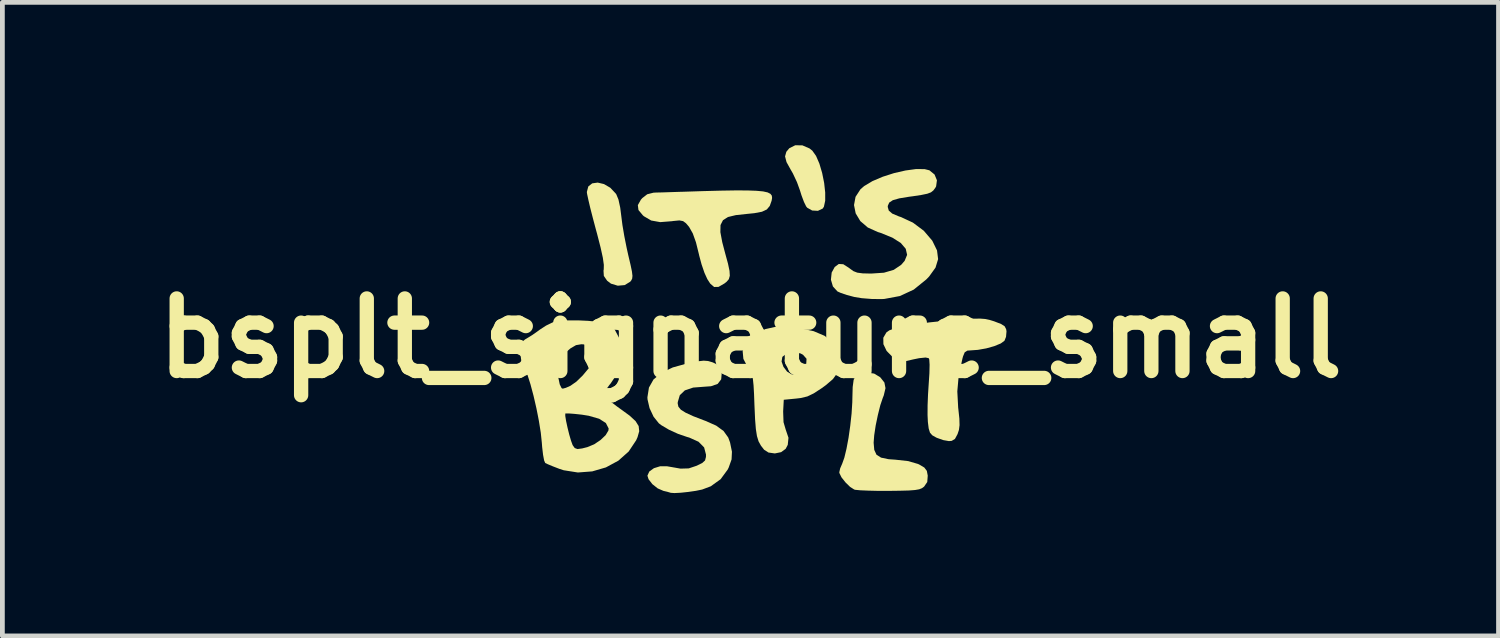
<source format=kicad_pcb>
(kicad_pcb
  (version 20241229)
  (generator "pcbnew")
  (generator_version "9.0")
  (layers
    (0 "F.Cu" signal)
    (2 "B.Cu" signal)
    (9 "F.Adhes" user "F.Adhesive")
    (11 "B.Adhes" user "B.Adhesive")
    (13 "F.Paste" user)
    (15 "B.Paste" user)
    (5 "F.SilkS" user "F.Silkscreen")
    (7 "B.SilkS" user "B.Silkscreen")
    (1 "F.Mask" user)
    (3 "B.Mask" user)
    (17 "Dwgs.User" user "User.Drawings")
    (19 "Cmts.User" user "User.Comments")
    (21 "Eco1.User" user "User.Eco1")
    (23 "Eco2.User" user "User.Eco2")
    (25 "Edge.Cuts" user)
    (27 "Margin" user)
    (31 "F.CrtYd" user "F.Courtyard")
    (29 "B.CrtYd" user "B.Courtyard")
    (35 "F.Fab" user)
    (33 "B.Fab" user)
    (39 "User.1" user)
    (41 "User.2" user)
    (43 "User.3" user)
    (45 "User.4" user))
  (footprint "bsplt_signature_small"
    (layer "F.Cu")
    (at 12.707 4.051)
    (property "Reference" "bsplt_signature_small" (at 0 0 0) (layer "F.SilkS") (effects (font (size 1.524 1.524) (thickness 0.3))))
    (attr board_only exclude_from_pos_files exclude_from_bom)
    (fp_poly (pts (xy 1.091 -4.049) (xy 1.241 -3.984) (xy 1.3 -3.937) (xy 1.378 -3.827) (xy 1.448 -3.665) (xy 1.506 -3.469) (xy 1.548 -3.26) (xy 1.57 -3.059) (xy 1.57 -2.886) (xy 1.543 -2.761) (xy 1.518 -2.722) (xy 1.417 -2.674) (xy 1.296 -2.681) (xy 1.193 -2.739) (xy 1.17 -2.767) (xy 1.124 -2.861) (xy 1.072 -3) (xy 1.041 -3.1) (xy 0.977 -3.277) (xy 0.891 -3.46) (xy 0.847 -3.536) (xy 0.758 -3.697) (xy 0.727 -3.817) (xy 0.754 -3.914) (xy 0.816 -3.988) (xy 0.941 -4.051)) (stroke (width 0) (type solid)) (fill yes) (layer "F.SilkS"))
    (fp_poly (pts (xy -3.075 -3.236) (xy -2.943 -3.159) (xy -2.828 -3.037) (xy -2.816 -3.02) (xy -2.771 -2.911) (xy -2.734 -2.74) (xy -2.712 -2.567) (xy -2.688 -2.378) (xy -2.648 -2.142) (xy -2.599 -1.896) (xy -2.566 -1.747) (xy -2.517 -1.54) (xy -2.488 -1.4) (xy -2.477 -1.309) (xy -2.483 -1.251) (xy -2.504 -1.21) (xy -2.525 -1.185) (xy -2.64 -1.115) (xy -2.785 -1.102) (xy -2.928 -1.145) (xy -3.009 -1.207) (xy -3.078 -1.307) (xy -3.085 -1.417) (xy -3.08 -1.446) (xy -3.078 -1.539) (xy -3.099 -1.689) (xy -3.146 -1.903) (xy -3.219 -2.188) (xy -3.244 -2.279) (xy -3.307 -2.516) (xy -3.362 -2.73) (xy -3.403 -2.905) (xy -3.429 -3.026) (xy -3.435 -3.07) (xy -3.404 -3.186) (xy -3.322 -3.251) (xy -3.207 -3.267)) (stroke (width 0) (type solid)) (fill yes) (layer "F.SilkS"))
    (fp_poly (pts (xy 2.597 0.743) (xy 2.72 0.817) (xy 2.729 0.825) (xy 2.813 0.931) (xy 2.836 1.049) (xy 2.8 1.201) (xy 2.779 1.254) (xy 2.727 1.408) (xy 2.676 1.612) (xy 2.63 1.833) (xy 2.599 2.038) (xy 2.587 2.194) (xy 2.6 2.345) (xy 2.647 2.447) (xy 2.743 2.508) (xy 2.901 2.541) (xy 3.042 2.551) (xy 3.314 2.581) (xy 3.519 2.641) (xy 3.541 2.651) (xy 3.651 2.716) (xy 3.704 2.786) (xy 3.723 2.886) (xy 3.713 3.02) (xy 3.647 3.116) (xy 3.645 3.118) (xy 3.601 3.15) (xy 3.543 3.173) (xy 3.457 3.188) (xy 3.327 3.198) (xy 3.14 3.203) (xy 2.911 3.206) (xy 2.68 3.206) (xy 2.473 3.201) (xy 2.308 3.194) (xy 2.203 3.184) (xy 2.18 3.178) (xy 2.092 3.122) (xy 1.995 3.027) (xy 1.912 2.922) (xy 1.868 2.832) (xy 1.866 2.815) (xy 1.884 2.734) (xy 1.928 2.632) (xy 1.972 2.509) (xy 2.017 2.322) (xy 2.06 2.092) (xy 2.096 1.838) (xy 2.124 1.582) (xy 2.139 1.344) (xy 2.141 1.247) (xy 2.147 1.026) (xy 2.167 0.876) (xy 2.211 0.785) (xy 2.284 0.737) (xy 2.396 0.722) (xy 2.437 0.721)) (stroke (width 0) (type solid)) (fill yes) (layer "F.SilkS"))
    (fp_poly (pts (xy -0.063 -3.102) (xy 0.126 -3.095) (xy 0.265 -3.082) (xy 0.361 -3.061) (xy 0.42 -3.031) (xy 0.449 -2.993) (xy 0.455 -2.945) (xy 0.445 -2.887) (xy 0.406 -2.777) (xy 0.344 -2.703) (xy 0.242 -2.655) (xy 0.083 -2.625) (xy -0.076 -2.609) (xy -0.307 -2.584) (xy -0.472 -2.544) (xy -0.576 -2.478) (xy -0.628 -2.376) (xy -0.631 -2.226) (xy -0.592 -2.017) (xy -0.53 -1.781) (xy -0.471 -1.565) (xy -0.439 -1.413) (xy -0.433 -1.31) (xy -0.454 -1.238) (xy -0.502 -1.183) (xy -0.547 -1.148) (xy -0.67 -1.077) (xy -0.762 -1.075) (xy -0.844 -1.146) (xy -0.905 -1.24) (xy -0.965 -1.372) (xy -1.026 -1.55) (xy -1.077 -1.74) (xy -1.081 -1.76) (xy -1.144 -2.014) (xy -1.211 -2.201) (xy -1.289 -2.338) (xy -1.354 -2.414) (xy -1.414 -2.458) (xy -1.492 -2.473) (xy -1.616 -2.461) (xy -1.652 -2.456) (xy -1.895 -2.437) (xy -2.084 -2.471) (xy -2.236 -2.56) (xy -2.258 -2.579) (xy -2.351 -2.691) (xy -2.364 -2.794) (xy -2.3 -2.908) (xy -2.271 -2.941) (xy -2.167 -3.022) (xy -2.036 -3.055) (xy -1.984 -3.058) (xy -1.851 -3.061) (xy -1.67 -3.067) (xy -1.478 -3.073) (xy -1.463 -3.073) (xy -1.003 -3.088) (xy -0.621 -3.098) (xy -0.31 -3.103)) (stroke (width 0) (type solid)) (fill yes) (layer "F.SilkS"))
    (fp_poly (pts (xy 4.931 -0.403) (xy 5.021 -0.384) (xy 5.115 -0.355) (xy 5.131 -0.349) (xy 5.265 -0.297) (xy 5.338 -0.25) (xy 5.369 -0.19) (xy 5.377 -0.145) (xy 5.367 -0.028) (xy 5.334 0.054) (xy 5.256 0.111) (xy 5.12 0.167) (xy 4.952 0.214) (xy 4.777 0.245) (xy 4.655 0.254) (xy 4.555 0.261) (xy 4.5 0.296) (xy 4.464 0.382) (xy 4.451 0.431) (xy 4.373 0.788) (xy 4.344 1.117) (xy 4.362 1.457) (xy 4.366 1.491) (xy 4.387 1.688) (xy 4.391 1.825) (xy 4.378 1.927) (xy 4.349 2.014) (xy 4.294 2.116) (xy 4.226 2.156) (xy 4.168 2.161) (xy 4.049 2.14) (xy 3.916 2.093) (xy 3.901 2.086) (xy 3.818 2.039) (xy 3.77 1.984) (xy 3.743 1.896) (xy 3.726 1.76) (xy 3.719 1.614) (xy 3.72 1.411) (xy 3.729 1.182) (xy 3.742 0.983) (xy 3.758 0.738) (xy 3.762 0.558) (xy 3.755 0.448) (xy 3.744 0.42) (xy 3.678 0.406) (xy 3.543 0.42) (xy 3.42 0.445) (xy 3.135 0.511) (xy 2.992 0.402) (xy 2.86 0.268) (xy 2.792 0.126) (xy 2.79 -0.009) (xy 2.855 -0.121) (xy 2.917 -0.165) (xy 3.034 -0.207) (xy 3.222 -0.25) (xy 3.469 -0.293) (xy 3.761 -0.332) (xy 4.086 -0.366) (xy 4.262 -0.381) (xy 4.511 -0.4) (xy 4.694 -0.41) (xy 4.828 -0.411)) (stroke (width 0) (type solid)) (fill yes) (layer "F.SilkS"))
    (fp_poly (pts (xy 1.026 -0.211) (xy 1.328 -0.147) (xy 1.557 -0.05) (xy 1.717 0.084) (xy 1.814 0.26) (xy 1.852 0.453) (xy 1.853 0.612) (xy 1.817 0.742) (xy 1.732 0.859) (xy 1.588 0.983) (xy 1.489 1.055) (xy 1.327 1.16) (xy 1.196 1.223) (xy 1.059 1.256) (xy 0.959 1.268) (xy 0.7 1.293) (xy 0.687 1.539) (xy 0.695 1.764) (xy 0.74 1.917) (xy 0.799 2.091) (xy 0.784 2.239) (xy 0.74 2.323) (xy 0.645 2.393) (xy 0.513 2.42) (xy 0.379 2.401) (xy 0.288 2.343) (xy 0.221 2.257) (xy 0.171 2.167) (xy 0.137 2.055) (xy 0.114 1.908) (xy 0.098 1.708) (xy 0.086 1.44) (xy 0.085 1.421) (xy 0.076 1.174) (xy 0.066 0.995) (xy 0.053 0.869) (xy 0.034 0.779) (xy 0.005 0.709) (xy -0.035 0.642) (xy -0.053 0.616) (xy -0.119 0.49) (xy 0.654 0.49) (xy 0.693 0.601) (xy 0.768 0.7) (xy 0.862 0.758) (xy 0.899 0.763) (xy 0.983 0.735) (xy 1.077 0.665) (xy 1.083 0.659) (xy 1.172 0.537) (xy 1.178 0.432) (xy 1.104 0.348) (xy 1.051 0.32) (xy 0.905 0.291) (xy 0.768 0.316) (xy 0.672 0.391) (xy 0.67 0.395) (xy 0.654 0.49) (xy -0.119 0.49) (xy -0.148 0.435) (xy -0.163 0.274) (xy -0.099 0.124) (xy -0.034 0.047) (xy 0.133 -0.097) (xy 0.31 -0.19) (xy 0.516 -0.236) (xy 0.766 -0.239)) (stroke (width 0) (type solid)) (fill yes) (layer "F.SilkS"))
    (fp_poly (pts (xy 3.657 -3.55) (xy 3.758 -3.525) (xy 3.866 -3.437) (xy 3.916 -3.316) (xy 3.899 -3.188) (xy 3.882 -3.157) (xy 3.841 -3.102) (xy 3.79 -3.062) (xy 3.713 -3.033) (xy 3.592 -3.008) (xy 3.41 -2.98) (xy 3.332 -2.97) (xy 3.125 -2.936) (xy 2.989 -2.897) (xy 2.914 -2.847) (xy 2.885 -2.78) (xy 2.883 -2.756) (xy 2.905 -2.679) (xy 2.978 -2.616) (xy 3.118 -2.557) (xy 3.159 -2.544) (xy 3.411 -2.427) (xy 3.64 -2.256) (xy 3.815 -2.051) (xy 3.82 -2.044) (xy 3.918 -1.843) (xy 3.941 -1.66) (xy 3.886 -1.481) (xy 3.752 -1.295) (xy 3.692 -1.233) (xy 3.429 -1.02) (xy 3.138 -0.885) (xy 2.811 -0.824) (xy 2.756 -0.821) (xy 2.552 -0.823) (xy 2.337 -0.84) (xy 2.179 -0.866) (xy 2.025 -0.907) (xy 1.893 -0.952) (xy 1.827 -0.982) (xy 1.732 -1.086) (xy 1.69 -1.228) (xy 1.706 -1.378) (xy 1.77 -1.495) (xy 1.855 -1.558) (xy 1.949 -1.553) (xy 2.068 -1.477) (xy 2.086 -1.463) (xy 2.162 -1.408) (xy 2.244 -1.376) (xy 2.358 -1.361) (xy 2.529 -1.357) (xy 2.538 -1.357) (xy 2.804 -1.375) (xy 3.009 -1.435) (xy 3.165 -1.54) (xy 3.238 -1.624) (xy 3.29 -1.75) (xy 3.261 -1.877) (xy 3.157 -1.999) (xy 2.98 -2.111) (xy 2.737 -2.21) (xy 2.675 -2.229) (xy 2.464 -2.324) (xy 2.307 -2.459) (xy 2.21 -2.621) (xy 2.175 -2.795) (xy 2.207 -2.968) (xy 2.31 -3.126) (xy 2.389 -3.195) (xy 2.562 -3.298) (xy 2.778 -3.39) (xy 3.015 -3.466) (xy 3.255 -3.521) (xy 3.475 -3.551)) (stroke (width 0) (type solid)) (fill yes) (layer "F.SilkS"))
    (fp_poly (pts (xy -0.89 0.479) (xy -0.798 0.506) (xy -0.781 0.513) (xy -0.671 0.565) (xy -0.619 0.629) (xy -0.601 0.716) (xy -0.614 0.864) (xy -0.688 0.96) (xy -0.828 1.009) (xy -0.954 1.018) (xy -1.202 1.037) (xy -1.377 1.096) (xy -1.483 1.197) (xy -1.526 1.343) (xy -1.527 1.374) (xy -1.512 1.44) (xy -1.46 1.502) (xy -1.36 1.565) (xy -1.201 1.638) (xy -0.973 1.726) (xy -0.945 1.736) (xy -0.719 1.836) (xy -0.564 1.949) (xy -0.466 2.086) (xy -0.428 2.189) (xy -0.388 2.384) (xy -0.396 2.546) (xy -0.456 2.715) (xy -0.477 2.758) (xy -0.626 2.961) (xy -0.833 3.11) (xy -1.014 3.178) (xy -1.145 3.205) (xy -1.303 3.228) (xy -1.462 3.245) (xy -1.594 3.252) (xy -1.672 3.247) (xy -1.675 3.246) (xy -1.746 3.225) (xy -1.827 3.206) (xy -1.947 3.154) (xy -2.059 3.065) (xy -2.139 2.962) (xy -2.163 2.887) (xy -2.124 2.8) (xy -2.027 2.73) (xy -1.895 2.689) (xy -1.754 2.689) (xy -1.754 2.689) (xy -1.603 2.715) (xy -1.468 2.739) (xy -1.295 2.734) (xy -1.128 2.678) (xy -1.011 2.62) (xy -0.953 2.567) (xy -0.934 2.494) (xy -0.933 2.444) (xy -0.972 2.294) (xy -1.089 2.175) (xy -1.284 2.087) (xy -1.33 2.074) (xy -1.52 2.009) (xy -1.712 1.921) (xy -1.871 1.827) (xy -1.923 1.787) (xy -2.033 1.65) (xy -2.118 1.469) (xy -2.161 1.284) (xy -2.163 1.241) (xy -2.131 1.037) (xy -2.035 0.867) (xy -1.869 0.727) (xy -1.63 0.614) (xy -1.313 0.526) (xy -1.275 0.518) (xy -1.101 0.485) (xy -0.982 0.472)) (stroke (width 0) (type solid)) (fill yes) (layer "F.SilkS"))
    (fp_poly (pts (xy -3.618 -0.374) (xy -3.404 -0.364) (xy -3.21 -0.344) (xy -3.059 -0.317) (xy -2.999 -0.297) (xy -2.848 -0.178) (xy -2.753 0.003) (xy -2.715 0.246) (xy -2.714 0.293) (xy -2.735 0.548) (xy -2.805 0.757) (xy -2.936 0.952) (xy -2.963 0.984) (xy -3.044 1.096) (xy -3.074 1.182) (xy -3.071 1.201) (xy -3.027 1.253) (xy -2.929 1.337) (xy -2.796 1.438) (xy -2.732 1.484) (xy -2.538 1.625) (xy -2.412 1.741) (xy -2.347 1.845) (xy -2.335 1.953) (xy -2.37 2.077) (xy -2.399 2.143) (xy -2.556 2.379) (xy -2.773 2.572) (xy -3.034 2.713) (xy -3.322 2.797) (xy -3.623 2.82) (xy -3.921 2.773) (xy -4.008 2.745) (xy -4.148 2.691) (xy -4.258 2.645) (xy -4.309 2.62) (xy -4.332 2.567) (xy -4.354 2.449) (xy -4.373 2.288) (xy -4.38 2.196) (xy -4.402 1.984) (xy -4.442 1.736) (xy -4.462 1.632) (xy -3.888 1.632) (xy -3.871 1.737) (xy -3.841 1.876) (xy -3.805 2.022) (xy -3.767 2.152) (xy -3.735 2.241) (xy -3.73 2.25) (xy -3.689 2.307) (xy -3.631 2.328) (xy -3.533 2.315) (xy -3.423 2.287) (xy -3.281 2.228) (xy -3.147 2.138) (xy -3.04 2.036) (xy -2.982 1.939) (xy -2.977 1.896) (xy -3.036 1.781) (xy -3.176 1.692) (xy -3.396 1.629) (xy -3.539 1.606) (xy -3.697 1.589) (xy -3.818 1.58) (xy -3.883 1.581) (xy -3.887 1.583) (xy -3.888 1.632) (xy -4.462 1.632) (xy -4.494 1.471) (xy -4.554 1.21) (xy -4.618 0.97) (xy -4.681 0.771) (xy -4.734 0.646) (xy -4.046 0.646) (xy -4.033 0.831) (xy -4.004 0.97) (xy -3.965 1.049) (xy -3.941 1.06) (xy -3.875 1.042) (xy -3.78 1) (xy -3.654 0.912) (xy -3.521 0.782) (xy -3.4 0.637) (xy -3.314 0.499) (xy -3.287 0.427) (xy -3.289 0.283) (xy -3.361 0.181) (xy -3.494 0.131) (xy -3.549 0.127) (xy -3.662 0.146) (xy -3.777 0.213) (xy -3.871 0.294) (xy -3.975 0.398) (xy -4.028 0.482) (xy -4.045 0.577) (xy -4.046 0.646) (xy -4.734 0.646) (xy -4.739 0.634) (xy -4.75 0.613) (xy -4.816 0.443) (xy -4.834 0.279) (xy -4.828 0.153) (xy -4.798 0.078) (xy -4.729 0.024) (xy -4.703 0.009) (xy -4.581 -0.066) (xy -4.449 -0.159) (xy -4.424 -0.178) (xy -4.292 -0.264) (xy -4.152 -0.332) (xy -4.127 -0.342) (xy -4.005 -0.364) (xy -3.827 -0.374)) (stroke (width 0) (type solid)) (fill yes) (layer "F.SilkS")))
  (gr_rect
    (start -3 -3)
    (end 28.415 10.303)
    (stroke (width 0.1) (type default))
    (fill no)
    (layer "Edge.Cuts")))
</source>
